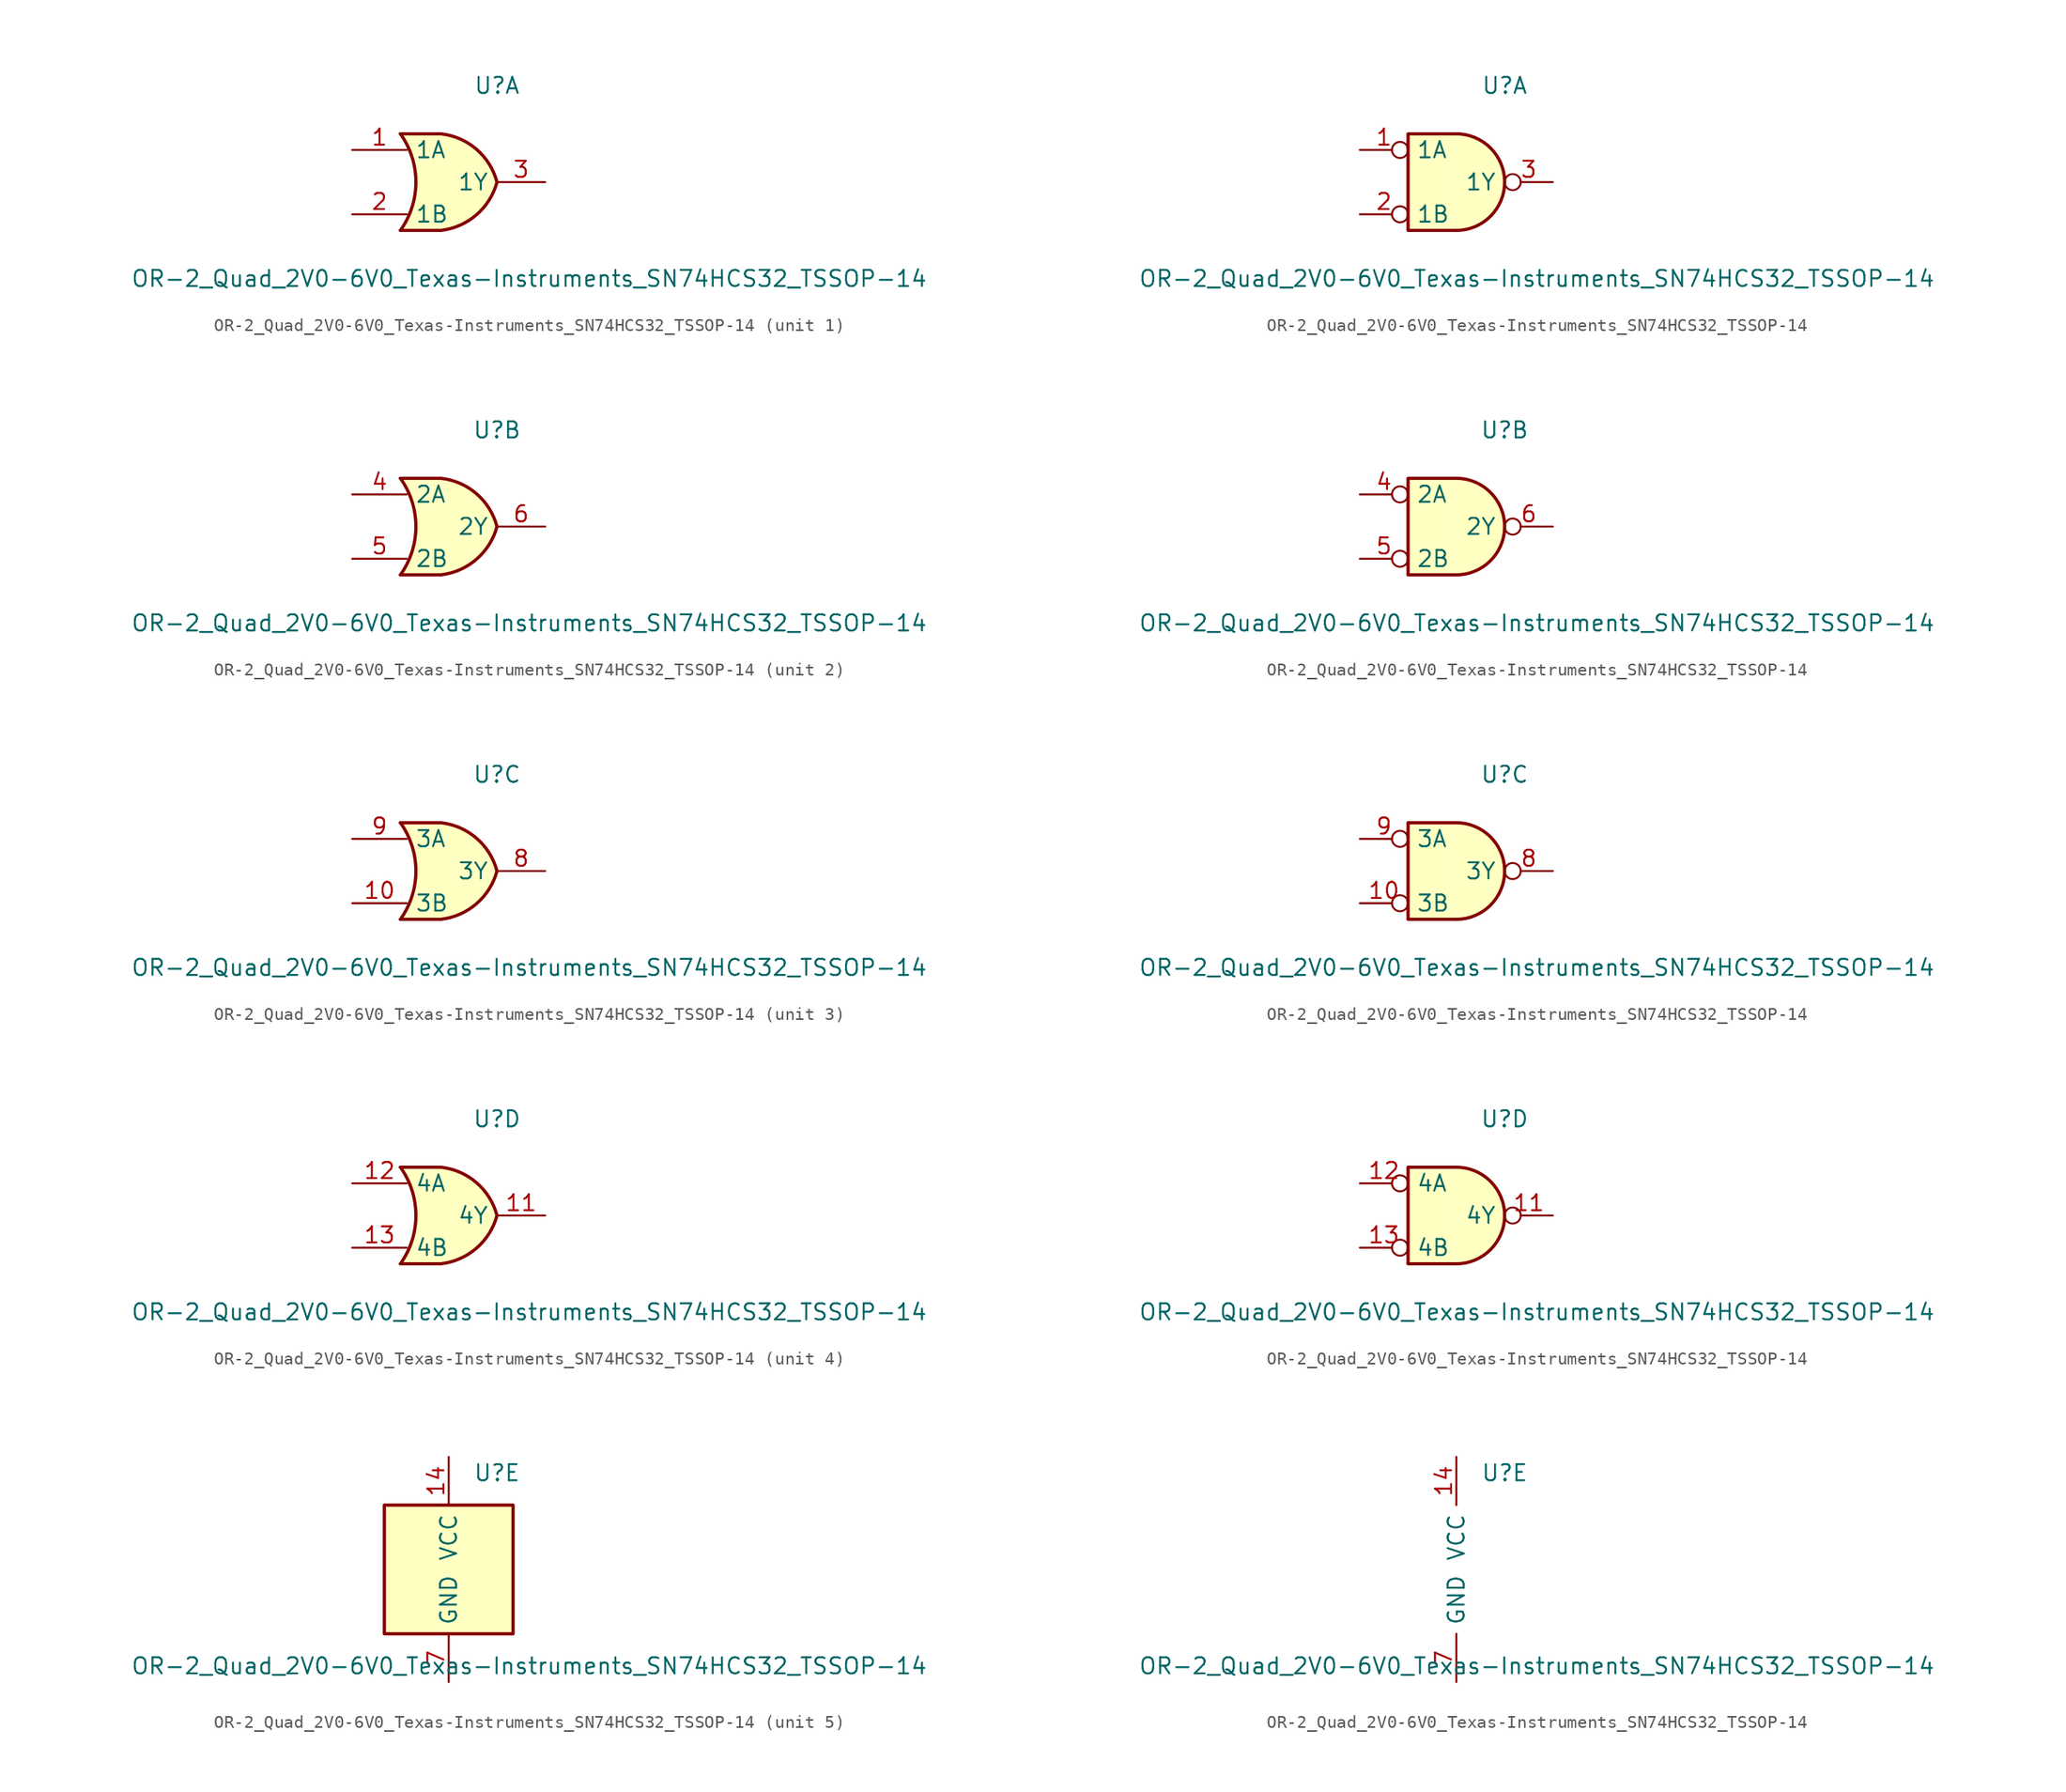
<source format=kicad_sym>
(kicad_symbol_lib
  (version 20211014)
  (generator kicad_symbol_editor)
  (symbol "OR-2_Quad_2V0-6V0_Texas-Instruments_SN74HCS32_TSSOP-14"
    (pin_names
      (offset 0.635))
    (property "Reference" "U"
      (at 3.81 7.62 0)
      (effects (font (size 1.27 1.27))))
    (property "Value" "OR-2_Quad_2V0-6V0_Texas-Instruments_SN74HCS32_TSSOP-14"
      (at 6.35 -7.62 0)
      (effects (font (size 1.27 1.27))))
    (property "ki_locked" ""
      (at 0 0 0)
      (effects (font (size 1.27 1.27))))
    (symbol "OR-2_Quad_2V0-6V0_Texas-Instruments_SN74HCS32_TSSOP-14_1_1"
      (arc (start -3.81 -3.81) (mid -2.589 0) (end -3.81 3.81) (stroke (width 0.254) (type default) (color 0 0 0 0)) (fill (type none)))
      (arc (start -0.6096 -3.81) (mid 2.1842 -2.5851) (end 3.81 0) (stroke (width 0.254) (type default) (color 0 0 0 0)) (fill (type background)))
      (polyline (pts (xy -3.81 -3.81) (xy -0.635 -3.81)) (stroke (width 0.254) (type default) (color 0 0 0 0)) (fill (type background)))
      (polyline (pts (xy -3.81 3.81) (xy -0.635 3.81)) (stroke (width 0.254) (type default) (color 0 0 0 0)) (fill (type background)))
      (polyline (pts (xy -0.635 3.81) (xy -3.81 3.81) (xy -3.81 3.81) (xy -3.556 3.404) (xy -3.023 2.261) (xy -2.692 1.041) (xy -2.616 -0.254) (xy -2.769 -1.499) (xy -3.175 -2.718) (xy -3.81 -3.81) (xy -3.81 -3.81) (xy -0.635 -3.81)) (stroke (width -25.4) (type default) (color 0 0 0 0)) (fill (type background)))
      (arc (start 3.81 0) (mid 2.1915 2.5936) (end -0.6096 3.81) (stroke (width 0.254) (type default) (color 0 0 0 0)) (fill (type background)))
      (pin input line (at -7.62 2.54 0) (length 4.318) (name "1A" (effects (font (size 1.27 1.27)))) (number "1" (effects (font (size 1.27 1.27)))))
      (pin input line (at -7.62 -2.54 0) (length 4.318) (name "1B" (effects (font (size 1.27 1.27)))) (number "2" (effects (font (size 1.27 1.27)))))
      (pin output line (at 7.62 0 180) (length 3.81) (name "1Y" (effects (font (size 1.27 1.27)))) (number "3" (effects (font (size 1.27 1.27))))))
    (symbol "OR-2_Quad_2V0-6V0_Texas-Instruments_SN74HCS32_TSSOP-14_1_2"
      (arc (start 0 -3.81) (mid 3.81 0) (end 0 3.81) (stroke (width 0.254) (type default) (color 0 0 0 0)) (fill (type background)))
      (polyline (pts (xy 0 3.81) (xy -3.81 3.81) (xy -3.81 -3.81) (xy 0 -3.81)) (stroke (width 0.254) (type default) (color 0 0 0 0)) (fill (type background)))
      (pin input inverted (at -7.62 2.54 0) (length 3.81) (name "1A" (effects (font (size 1.27 1.27)))) (number "1" (effects (font (size 1.27 1.27)))))
      (pin input inverted (at -7.62 -2.54 0) (length 3.81) (name "1B" (effects (font (size 1.27 1.27)))) (number "2" (effects (font (size 1.27 1.27)))))
      (pin output inverted (at 7.62 0 180) (length 3.81) (name "1Y" (effects (font (size 1.27 1.27)))) (number "3" (effects (font (size 1.27 1.27))))))
    (symbol "OR-2_Quad_2V0-6V0_Texas-Instruments_SN74HCS32_TSSOP-14_2_1"
      (arc (start -3.81 -3.81) (mid -2.589 0) (end -3.81 3.81) (stroke (width 0.254) (type default) (color 0 0 0 0)) (fill (type none)))
      (arc (start -0.6096 -3.81) (mid 2.1842 -2.5851) (end 3.81 0) (stroke (width 0.254) (type default) (color 0 0 0 0)) (fill (type background)))
      (polyline (pts (xy -3.81 -3.81) (xy -0.635 -3.81)) (stroke (width 0.254) (type default) (color 0 0 0 0)) (fill (type background)))
      (polyline (pts (xy -3.81 3.81) (xy -0.635 3.81)) (stroke (width 0.254) (type default) (color 0 0 0 0)) (fill (type background)))
      (polyline (pts (xy -0.635 3.81) (xy -3.81 3.81) (xy -3.81 3.81) (xy -3.556 3.404) (xy -3.023 2.261) (xy -2.692 1.041) (xy -2.616 -0.254) (xy -2.769 -1.499) (xy -3.175 -2.718) (xy -3.81 -3.81) (xy -3.81 -3.81) (xy -0.635 -3.81)) (stroke (width -25.4) (type default) (color 0 0 0 0)) (fill (type background)))
      (arc (start 3.81 0) (mid 2.1915 2.5936) (end -0.6096 3.81) (stroke (width 0.254) (type default) (color 0 0 0 0)) (fill (type background)))
      (pin input line (at -7.62 2.54 0) (length 4.318) (name "2A" (effects (font (size 1.27 1.27)))) (number "4" (effects (font (size 1.27 1.27)))))
      (pin input line (at -7.62 -2.54 0) (length 4.318) (name "2B" (effects (font (size 1.27 1.27)))) (number "5" (effects (font (size 1.27 1.27)))))
      (pin output line (at 7.62 0 180) (length 3.81) (name "2Y" (effects (font (size 1.27 1.27)))) (number "6" (effects (font (size 1.27 1.27))))))
    (symbol "OR-2_Quad_2V0-6V0_Texas-Instruments_SN74HCS32_TSSOP-14_2_2"
      (arc (start 0 -3.81) (mid 3.81 0) (end 0 3.81) (stroke (width 0.254) (type default) (color 0 0 0 0)) (fill (type background)))
      (polyline (pts (xy 0 3.81) (xy -3.81 3.81) (xy -3.81 -3.81) (xy 0 -3.81)) (stroke (width 0.254) (type default) (color 0 0 0 0)) (fill (type background)))
      (pin input inverted (at -7.62 2.54 0) (length 3.81) (name "2A" (effects (font (size 1.27 1.27)))) (number "4" (effects (font (size 1.27 1.27)))))
      (pin input inverted (at -7.62 -2.54 0) (length 3.81) (name "2B" (effects (font (size 1.27 1.27)))) (number "5" (effects (font (size 1.27 1.27)))))
      (pin output inverted (at 7.62 0 180) (length 3.81) (name "2Y" (effects (font (size 1.27 1.27)))) (number "6" (effects (font (size 1.27 1.27))))))
    (symbol "OR-2_Quad_2V0-6V0_Texas-Instruments_SN74HCS32_TSSOP-14_3_1"
      (arc (start -3.81 -3.81) (mid -2.589 0) (end -3.81 3.81) (stroke (width 0.254) (type default) (color 0 0 0 0)) (fill (type none)))
      (arc (start -0.6096 -3.81) (mid 2.1842 -2.5851) (end 3.81 0) (stroke (width 0.254) (type default) (color 0 0 0 0)) (fill (type background)))
      (polyline (pts (xy -3.81 -3.81) (xy -0.635 -3.81)) (stroke (width 0.254) (type default) (color 0 0 0 0)) (fill (type background)))
      (polyline (pts (xy -3.81 3.81) (xy -0.635 3.81)) (stroke (width 0.254) (type default) (color 0 0 0 0)) (fill (type background)))
      (polyline (pts (xy -0.635 3.81) (xy -3.81 3.81) (xy -3.81 3.81) (xy -3.556 3.404) (xy -3.023 2.261) (xy -2.692 1.041) (xy -2.616 -0.254) (xy -2.769 -1.499) (xy -3.175 -2.718) (xy -3.81 -3.81) (xy -3.81 -3.81) (xy -0.635 -3.81)) (stroke (width -25.4) (type default) (color 0 0 0 0)) (fill (type background)))
      (arc (start 3.81 0) (mid 2.1915 2.5936) (end -0.6096 3.81) (stroke (width 0.254) (type default) (color 0 0 0 0)) (fill (type background)))
      (pin input line (at -7.62 -2.54 0) (length 4.318) (name "3B" (effects (font (size 1.27 1.27)))) (number "10" (effects (font (size 1.27 1.27)))))
      (pin output line (at 7.62 0 180) (length 3.81) (name "3Y" (effects (font (size 1.27 1.27)))) (number "8" (effects (font (size 1.27 1.27)))))
      (pin input line (at -7.62 2.54 0) (length 4.318) (name "3A" (effects (font (size 1.27 1.27)))) (number "9" (effects (font (size 1.27 1.27))))))
    (symbol "OR-2_Quad_2V0-6V0_Texas-Instruments_SN74HCS32_TSSOP-14_3_2"
      (arc (start 0 -3.81) (mid 3.81 0) (end 0 3.81) (stroke (width 0.254) (type default) (color 0 0 0 0)) (fill (type background)))
      (polyline (pts (xy 0 3.81) (xy -3.81 3.81) (xy -3.81 -3.81) (xy 0 -3.81)) (stroke (width 0.254) (type default) (color 0 0 0 0)) (fill (type background)))
      (pin input inverted (at -7.62 -2.54 0) (length 3.81) (name "3B" (effects (font (size 1.27 1.27)))) (number "10" (effects (font (size 1.27 1.27)))))
      (pin output inverted (at 7.62 0 180) (length 3.81) (name "3Y" (effects (font (size 1.27 1.27)))) (number "8" (effects (font (size 1.27 1.27)))))
      (pin input inverted (at -7.62 2.54 0) (length 3.81) (name "3A" (effects (font (size 1.27 1.27)))) (number "9" (effects (font (size 1.27 1.27))))))
    (symbol "OR-2_Quad_2V0-6V0_Texas-Instruments_SN74HCS32_TSSOP-14_4_1"
      (arc (start -3.81 -3.81) (mid -2.589 0) (end -3.81 3.81) (stroke (width 0.254) (type default) (color 0 0 0 0)) (fill (type none)))
      (arc (start -0.6096 -3.81) (mid 2.1842 -2.5851) (end 3.81 0) (stroke (width 0.254) (type default) (color 0 0 0 0)) (fill (type background)))
      (polyline (pts (xy -3.81 -3.81) (xy -0.635 -3.81)) (stroke (width 0.254) (type default) (color 0 0 0 0)) (fill (type background)))
      (polyline (pts (xy -3.81 3.81) (xy -0.635 3.81)) (stroke (width 0.254) (type default) (color 0 0 0 0)) (fill (type background)))
      (polyline (pts (xy -0.635 3.81) (xy -3.81 3.81) (xy -3.81 3.81) (xy -3.556 3.404) (xy -3.023 2.261) (xy -2.692 1.041) (xy -2.616 -0.254) (xy -2.769 -1.499) (xy -3.175 -2.718) (xy -3.81 -3.81) (xy -3.81 -3.81) (xy -0.635 -3.81)) (stroke (width -25.4) (type default) (color 0 0 0 0)) (fill (type background)))
      (arc (start 3.81 0) (mid 2.1915 2.5936) (end -0.6096 3.81) (stroke (width 0.254) (type default) (color 0 0 0 0)) (fill (type background)))
      (pin output line (at 7.62 0 180) (length 3.81) (name "4Y" (effects (font (size 1.27 1.27)))) (number "11" (effects (font (size 1.27 1.27)))))
      (pin input line (at -7.62 2.54 0) (length 4.318) (name "4A" (effects (font (size 1.27 1.27)))) (number "12" (effects (font (size 1.27 1.27)))))
      (pin input line (at -7.62 -2.54 0) (length 4.318) (name "4B" (effects (font (size 1.27 1.27)))) (number "13" (effects (font (size 1.27 1.27))))))
    (symbol "OR-2_Quad_2V0-6V0_Texas-Instruments_SN74HCS32_TSSOP-14_4_2"
      (arc (start 0 -3.81) (mid 3.81 0) (end 0 3.81) (stroke (width 0.254) (type default) (color 0 0 0 0)) (fill (type background)))
      (polyline (pts (xy 0 3.81) (xy -3.81 3.81) (xy -3.81 -3.81) (xy 0 -3.81)) (stroke (width 0.254) (type default) (color 0 0 0 0)) (fill (type background)))
      (pin output inverted (at 7.62 0 180) (length 3.81) (name "4Y" (effects (font (size 1.27 1.27)))) (number "11" (effects (font (size 1.27 1.27)))))
      (pin input inverted (at -7.62 2.54 0) (length 3.81) (name "4A" (effects (font (size 1.27 1.27)))) (number "12" (effects (font (size 1.27 1.27)))))
      (pin input inverted (at -7.62 -2.54 0) (length 3.81) (name "4B" (effects (font (size 1.27 1.27)))) (number "13" (effects (font (size 1.27 1.27))))))
    (symbol "OR-2_Quad_2V0-6V0_Texas-Instruments_SN74HCS32_TSSOP-14_5_0"
      (pin power_in line (at 0 8.89 270) (length 3.81) (name "VCC" (effects (font (size 1.27 1.27)))) (number "14" (effects (font (size 1.27 1.27)))))
      (pin power_in line (at 0 -8.89 90) (length 3.81) (name "GND" (effects (font (size 1.27 1.27)))) (number "7" (effects (font (size 1.27 1.27))))))
    (symbol "OR-2_Quad_2V0-6V0_Texas-Instruments_SN74HCS32_TSSOP-14_5_1"
      (rectangle (start -5.08 5.08) (end 5.08 -5.08) (stroke (width 0.254) (type default) (color 0 0 0 0)) (fill (type background))))))
</source>
